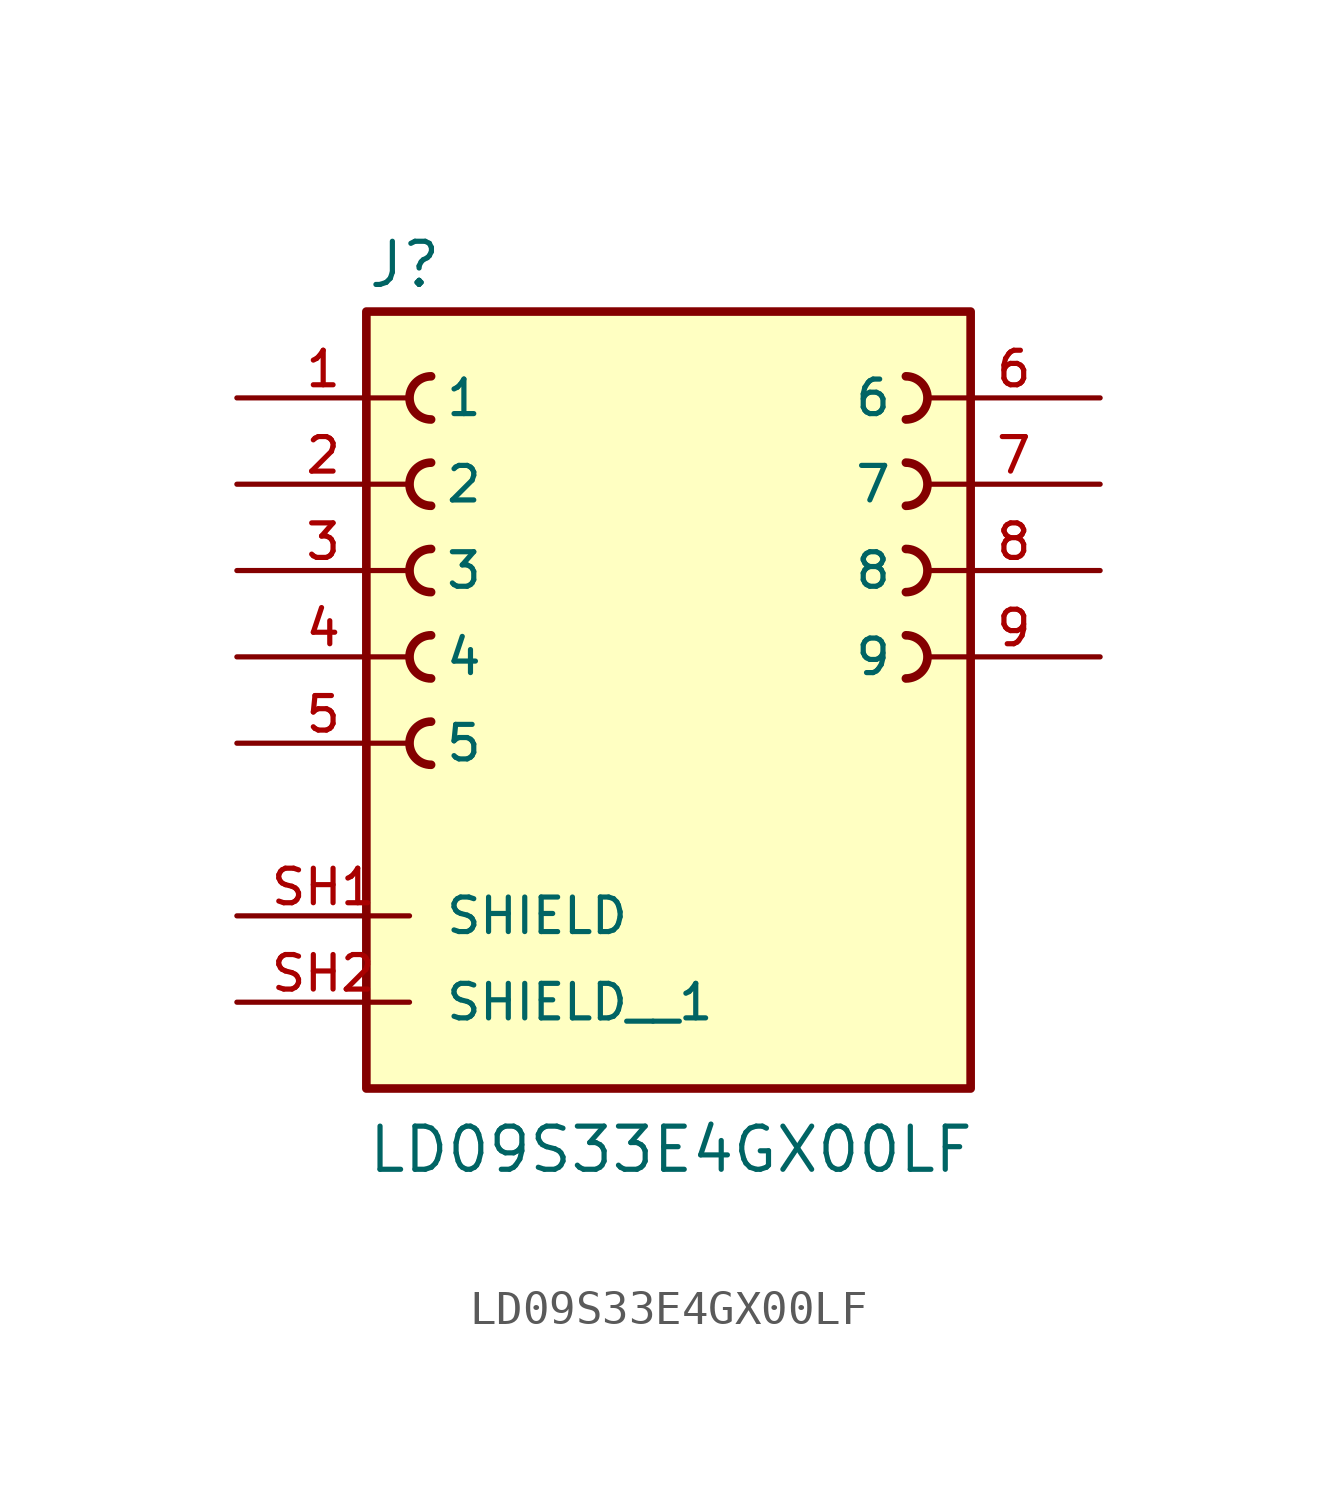
<source format=kicad_sym>
(kicad_symbol_lib
  (version 20211014)
  (generator kicad_symbol_editor)
  (symbol "LD09S33E4GX00LF"
    (pin_names
      (offset 1.016))
    (property "Reference" "J"
      (at -8.89 10.795 0)
      (effects (font (size 1.27 1.27)) (justify bottom left)))
    (property "Value" "LD09S33E4GX00LF"
      (at -8.89 -15.24 0)
      (effects (font (size 1.27 1.27)) (justify bottom left)))
    (symbol "LD09S33E4GX00LF_0_0"
      (arc (start 6.985 -0.635) (mid 7.62 0.0) (end 6.985 0.635) (stroke (width 0.254) (type default) (color 0 0 0 0)) (fill (type none)))
      (arc (start 6.985 3.175) (mid 7.62 2.54) (end 6.985 1.905) (stroke (width 0.254) (type default) (color 0 0 0 0)) (fill (type none)))
      (arc (start 6.985 5.715) (mid 7.62 5.08) (end 6.985 4.445) (stroke (width 0.254) (type default) (color 0 0 0 0)) (fill (type none)))
      (arc (start 6.985 8.255) (mid 7.62 7.62) (end 6.985 6.985) (stroke (width 0.254) (type default) (color 0 0 0 0)) (fill (type none)))
      (arc (start -6.985 -1.905) (mid -7.62 -2.54) (end -6.985 -3.175) (stroke (width 0.254) (type default) (color 0 0 0 0)) (fill (type none)))
      (arc (start -6.985 0.635) (mid -7.62 -0.0) (end -6.985 -0.635) (stroke (width 0.254) (type default) (color 0 0 0 0)) (fill (type none)))
      (arc (start -6.985 3.175) (mid -7.62 2.54) (end -6.985 1.905) (stroke (width 0.254) (type default) (color 0 0 0 0)) (fill (type none)))
      (arc (start -6.985 5.715) (mid -7.62 5.08) (end -6.985 4.445) (stroke (width 0.254) (type default) (color 0 0 0 0)) (fill (type none)))
      (arc (start -6.985 8.255) (mid -7.62 7.62) (end -6.985 6.985) (stroke (width 0.254) (type default) (color 0 0 0 0)) (fill (type none)))
      (rectangle (start -8.89 -12.7) (end 8.89 10.16) (stroke (width 0.254)) (fill (type background)))
      (pin passive line (at -12.7 7.62 0) (length 5.08) (name "1" (effects (font (size 1.016 1.016)))) (number "1" (effects (font (size 1.016 1.016)))))
      (pin passive line (at -12.7 5.08 0) (length 5.08) (name "2" (effects (font (size 1.016 1.016)))) (number "2" (effects (font (size 1.016 1.016)))))
      (pin passive line (at -12.7 2.54 0) (length 5.08) (name "3" (effects (font (size 1.016 1.016)))) (number "3" (effects (font (size 1.016 1.016)))))
      (pin passive line (at -12.7 0.0 0) (length 5.08) (name "4" (effects (font (size 1.016 1.016)))) (number "4" (effects (font (size 1.016 1.016)))))
      (pin passive line (at -12.7 -2.54 0) (length 5.08) (name "5" (effects (font (size 1.016 1.016)))) (number "5" (effects (font (size 1.016 1.016)))))
      (pin passive line (at 12.7 7.62 180.0) (length 5.08) (name "6" (effects (font (size 1.016 1.016)))) (number "6" (effects (font (size 1.016 1.016)))))
      (pin passive line (at 12.7 5.08 180.0) (length 5.08) (name "7" (effects (font (size 1.016 1.016)))) (number "7" (effects (font (size 1.016 1.016)))))
      (pin passive line (at 12.7 2.54 180.0) (length 5.08) (name "8" (effects (font (size 1.016 1.016)))) (number "8" (effects (font (size 1.016 1.016)))))
      (pin passive line (at 12.7 0.0 180.0) (length 5.08) (name "9" (effects (font (size 1.016 1.016)))) (number "9" (effects (font (size 1.016 1.016)))))
      (pin passive line (at -12.7 -7.62 0) (length 5.08) (name "SHIELD" (effects (font (size 1.016 1.016)))) (number "SH1" (effects (font (size 1.016 1.016)))))
      (pin passive line (at -12.7 -10.16 0) (length 5.08) (name "SHIELD__1" (effects (font (size 1.016 1.016)))) (number "SH2" (effects (font (size 1.016 1.016))))))))
</source>
